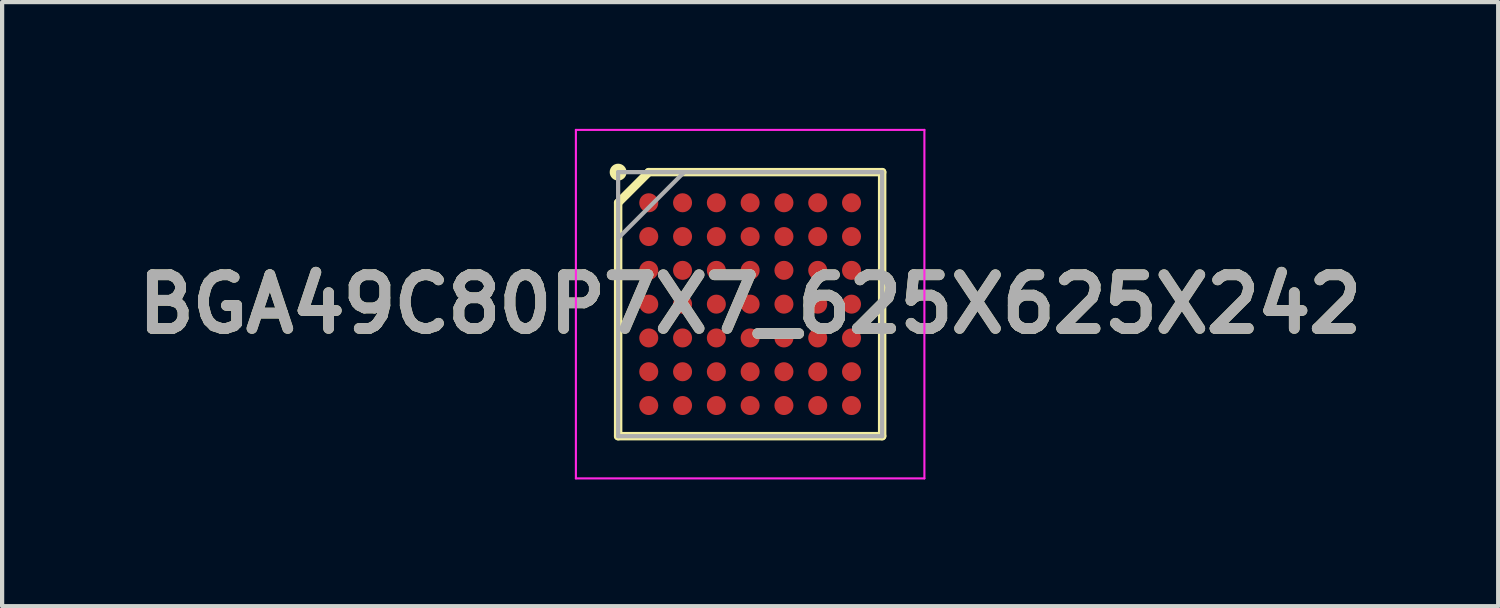
<source format=kicad_pcb>
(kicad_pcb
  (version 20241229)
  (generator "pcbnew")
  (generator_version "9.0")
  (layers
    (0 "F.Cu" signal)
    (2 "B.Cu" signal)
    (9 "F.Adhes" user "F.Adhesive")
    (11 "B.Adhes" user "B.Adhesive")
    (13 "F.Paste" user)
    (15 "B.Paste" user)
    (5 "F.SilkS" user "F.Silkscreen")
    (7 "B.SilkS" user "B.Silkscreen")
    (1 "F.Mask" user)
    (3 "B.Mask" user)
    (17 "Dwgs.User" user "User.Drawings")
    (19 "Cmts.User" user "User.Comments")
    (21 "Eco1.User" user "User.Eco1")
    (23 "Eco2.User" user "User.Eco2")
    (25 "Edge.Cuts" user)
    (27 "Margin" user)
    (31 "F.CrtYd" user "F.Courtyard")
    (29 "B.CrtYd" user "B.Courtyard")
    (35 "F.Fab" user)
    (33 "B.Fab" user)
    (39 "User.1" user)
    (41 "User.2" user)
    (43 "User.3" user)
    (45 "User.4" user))
  (footprint "BGA49C80P7X7_625X625X242"
    (layer "F.Cu")
    (at 14.708 4.15)
    (property "Reference" "BGA49C80P7X7_625X625X242" (at 0 0 0) (layer "F.SilkS") (effects (font (size 1.27 1.27) (thickness 0.254))))
    (attr smd)
    (fp_line (start -3.125 -2.4) (end -2.4 -3.125) (stroke (width 0.2) (type solid)) (layer "F.SilkS"))
    (fp_line (start -3.125 3.125) (end -3.125 -2.4) (stroke (width 0.2) (type solid)) (layer "F.SilkS"))
    (fp_line (start -2.4 -3.125) (end 3.125 -3.125) (stroke (width 0.2) (type solid)) (layer "F.SilkS"))
    (fp_line (start 3.125 -3.125) (end 3.125 3.125) (stroke (width 0.2) (type solid)) (layer "F.SilkS"))
    (fp_line (start 3.125 3.125) (end -3.125 3.125) (stroke (width 0.2) (type solid)) (layer "F.SilkS"))
    (fp_circle (center -3.125 -3.125) (end -3.125 -3.025) (stroke (width 0.2) (type solid)) (fill no) (layer "F.SilkS"))
    (fp_line (start -4.125 -4.125) (end 4.125 -4.125) (stroke (width 0.05) (type solid)) (layer "F.CrtYd"))
    (fp_line (start -4.125 4.125) (end -4.125 -4.125) (stroke (width 0.05) (type solid)) (layer "F.CrtYd"))
    (fp_line (start 4.125 -4.125) (end 4.125 4.125) (stroke (width 0.05) (type solid)) (layer "F.CrtYd"))
    (fp_line (start 4.125 4.125) (end -4.125 4.125) (stroke (width 0.05) (type solid)) (layer "F.CrtYd"))
    (fp_line (start -3.125 -3.125) (end 3.125 -3.125) (stroke (width 0.1) (type solid)) (layer "F.Fab"))
    (fp_line (start -3.125 -1.562) (end -1.563 -3.124) (stroke (width 0.1) (type solid)) (layer "F.Fab"))
    (fp_line (start -3.125 3.125) (end -3.125 -3.125) (stroke (width 0.1) (type solid)) (layer "F.Fab"))
    (fp_line (start 3.125 -3.125) (end 3.125 3.125) (stroke (width 0.1) (type solid)) (layer "F.Fab"))
    (fp_line (start 3.125 3.125) (end -3.125 3.125) (stroke (width 0.1) (type solid)) (layer "F.Fab"))
    (fp_text user "${REFERENCE}" (at 0 0 0) (layer "F.Fab") (effects (font (size 1.27 1.27) (thickness 0.254))))
    (pad "A1" smd circle (at -2.4 -2.4 90) (size 0.45 0.45) (layers "F.Cu" "F.Mask" "F.Paste"))
    (pad "A2" smd circle (at -1.6 -2.4 90) (size 0.45 0.45) (layers "F.Cu" "F.Mask" "F.Paste"))
    (pad "A3" smd circle (at -0.8 -2.4 90) (size 0.45 0.45) (layers "F.Cu" "F.Mask" "F.Paste"))
    (pad "A4" smd circle (at 0 -2.4 90) (size 0.45 0.45) (layers "F.Cu" "F.Mask" "F.Paste"))
    (pad "A5" smd circle (at 0.8 -2.4 90) (size 0.45 0.45) (layers "F.Cu" "F.Mask" "F.Paste"))
    (pad "A6" smd circle (at 1.6 -2.4 90) (size 0.45 0.45) (layers "F.Cu" "F.Mask" "F.Paste"))
    (pad "A7" smd circle (at 2.4 -2.4 90) (size 0.45 0.45) (layers "F.Cu" "F.Mask" "F.Paste"))
    (pad "B1" smd circle (at -2.4 -1.6 90) (size 0.45 0.45) (layers "F.Cu" "F.Mask" "F.Paste"))
    (pad "B2" smd circle (at -1.6 -1.6 90) (size 0.45 0.45) (layers "F.Cu" "F.Mask" "F.Paste"))
    (pad "B3" smd circle (at -0.8 -1.6 90) (size 0.45 0.45) (layers "F.Cu" "F.Mask" "F.Paste"))
    (pad "B4" smd circle (at 0 -1.6 90) (size 0.45 0.45) (layers "F.Cu" "F.Mask" "F.Paste"))
    (pad "B5" smd circle (at 0.8 -1.6 90) (size 0.45 0.45) (layers "F.Cu" "F.Mask" "F.Paste"))
    (pad "B6" smd circle (at 1.6 -1.6 90) (size 0.45 0.45) (layers "F.Cu" "F.Mask" "F.Paste"))
    (pad "B7" smd circle (at 2.4 -1.6 90) (size 0.45 0.45) (layers "F.Cu" "F.Mask" "F.Paste"))
    (pad "C1" smd circle (at -2.4 -0.8 90) (size 0.45 0.45) (layers "F.Cu" "F.Mask" "F.Paste"))
    (pad "C2" smd circle (at -1.6 -0.8 90) (size 0.45 0.45) (layers "F.Cu" "F.Mask" "F.Paste"))
    (pad "C3" smd circle (at -0.8 -0.8 90) (size 0.45 0.45) (layers "F.Cu" "F.Mask" "F.Paste"))
    (pad "C4" smd circle (at 0 -0.8 90) (size 0.45 0.45) (layers "F.Cu" "F.Mask" "F.Paste"))
    (pad "C5" smd circle (at 0.8 -0.8 90) (size 0.45 0.45) (layers "F.Cu" "F.Mask" "F.Paste"))
    (pad "C6" smd circle (at 1.6 -0.8 90) (size 0.45 0.45) (layers "F.Cu" "F.Mask" "F.Paste"))
    (pad "C7" smd circle (at 2.4 -0.8 90) (size 0.45 0.45) (layers "F.Cu" "F.Mask" "F.Paste"))
    (pad "D1" smd circle (at -2.4 0 90) (size 0.45 0.45) (layers "F.Cu" "F.Mask" "F.Paste"))
    (pad "D2" smd circle (at -1.6 0 90) (size 0.45 0.45) (layers "F.Cu" "F.Mask" "F.Paste"))
    (pad "D3" smd circle (at -0.8 0 90) (size 0.45 0.45) (layers "F.Cu" "F.Mask" "F.Paste"))
    (pad "D4" smd circle (at 0 0 90) (size 0.45 0.45) (layers "F.Cu" "F.Mask" "F.Paste"))
    (pad "D5" smd circle (at 0.8 0 90) (size 0.45 0.45) (layers "F.Cu" "F.Mask" "F.Paste"))
    (pad "D6" smd circle (at 1.6 0 90) (size 0.45 0.45) (layers "F.Cu" "F.Mask" "F.Paste"))
    (pad "D7" smd circle (at 2.4 0 90) (size 0.45 0.45) (layers "F.Cu" "F.Mask" "F.Paste"))
    (pad "E1" smd circle (at -2.4 0.8 90) (size 0.45 0.45) (layers "F.Cu" "F.Mask" "F.Paste"))
    (pad "E2" smd circle (at -1.6 0.8 90) (size 0.45 0.45) (layers "F.Cu" "F.Mask" "F.Paste"))
    (pad "E3" smd circle (at -0.8 0.8 90) (size 0.45 0.45) (layers "F.Cu" "F.Mask" "F.Paste"))
    (pad "E4" smd circle (at 0 0.8 90) (size 0.45 0.45) (layers "F.Cu" "F.Mask" "F.Paste"))
    (pad "E5" smd circle (at 0.8 0.8 90) (size 0.45 0.45) (layers "F.Cu" "F.Mask" "F.Paste"))
    (pad "E6" smd circle (at 1.6 0.8 90) (size 0.45 0.45) (layers "F.Cu" "F.Mask" "F.Paste"))
    (pad "E7" smd circle (at 2.4 0.8 90) (size 0.45 0.45) (layers "F.Cu" "F.Mask" "F.Paste"))
    (pad "F1" smd circle (at -2.4 1.6 90) (size 0.45 0.45) (layers "F.Cu" "F.Mask" "F.Paste"))
    (pad "F2" smd circle (at -1.6 1.6 90) (size 0.45 0.45) (layers "F.Cu" "F.Mask" "F.Paste"))
    (pad "F3" smd circle (at -0.8 1.6 90) (size 0.45 0.45) (layers "F.Cu" "F.Mask" "F.Paste"))
    (pad "F4" smd circle (at 0 1.6 90) (size 0.45 0.45) (layers "F.Cu" "F.Mask" "F.Paste"))
    (pad "F5" smd circle (at 0.8 1.6 90) (size 0.45 0.45) (layers "F.Cu" "F.Mask" "F.Paste"))
    (pad "F6" smd circle (at 1.6 1.6 90) (size 0.45 0.45) (layers "F.Cu" "F.Mask" "F.Paste"))
    (pad "F7" smd circle (at 2.4 1.6 90) (size 0.45 0.45) (layers "F.Cu" "F.Mask" "F.Paste"))
    (pad "G1" smd circle (at -2.4 2.4 90) (size 0.45 0.45) (layers "F.Cu" "F.Mask" "F.Paste"))
    (pad "G2" smd circle (at -1.6 2.4 90) (size 0.45 0.45) (layers "F.Cu" "F.Mask" "F.Paste"))
    (pad "G3" smd circle (at -0.8 2.4 90) (size 0.45 0.45) (layers "F.Cu" "F.Mask" "F.Paste"))
    (pad "G4" smd circle (at 0 2.4 90) (size 0.45 0.45) (layers "F.Cu" "F.Mask" "F.Paste"))
    (pad "G5" smd circle (at 0.8 2.4 90) (size 0.45 0.45) (layers "F.Cu" "F.Mask" "F.Paste"))
    (pad "G6" smd circle (at 1.6 2.4 90) (size 0.45 0.45) (layers "F.Cu" "F.Mask" "F.Paste"))
    (pad "G7" smd circle (at 2.4 2.4 90) (size 0.45 0.45) (layers "F.Cu" "F.Mask" "F.Paste")))
  (gr_rect
    (start -3 -3)
    (end 32.416 11.3)
    (stroke (width 0.1) (type default))
    (fill no)
    (layer "Edge.Cuts")))
</source>
